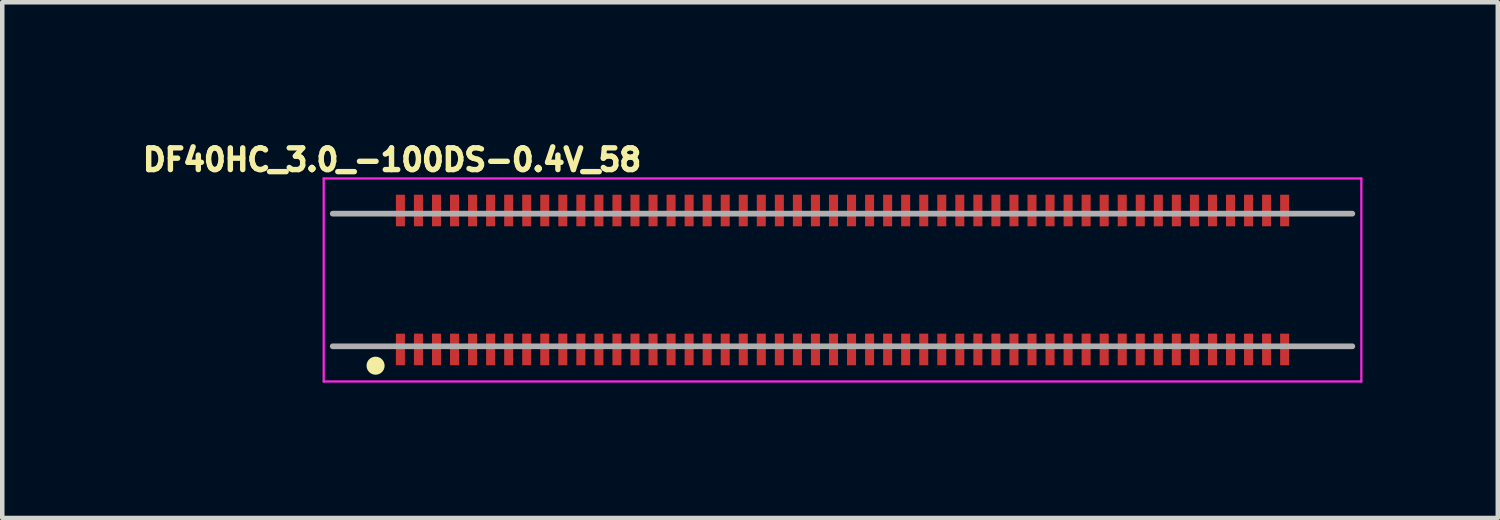
<source format=kicad_pcb>
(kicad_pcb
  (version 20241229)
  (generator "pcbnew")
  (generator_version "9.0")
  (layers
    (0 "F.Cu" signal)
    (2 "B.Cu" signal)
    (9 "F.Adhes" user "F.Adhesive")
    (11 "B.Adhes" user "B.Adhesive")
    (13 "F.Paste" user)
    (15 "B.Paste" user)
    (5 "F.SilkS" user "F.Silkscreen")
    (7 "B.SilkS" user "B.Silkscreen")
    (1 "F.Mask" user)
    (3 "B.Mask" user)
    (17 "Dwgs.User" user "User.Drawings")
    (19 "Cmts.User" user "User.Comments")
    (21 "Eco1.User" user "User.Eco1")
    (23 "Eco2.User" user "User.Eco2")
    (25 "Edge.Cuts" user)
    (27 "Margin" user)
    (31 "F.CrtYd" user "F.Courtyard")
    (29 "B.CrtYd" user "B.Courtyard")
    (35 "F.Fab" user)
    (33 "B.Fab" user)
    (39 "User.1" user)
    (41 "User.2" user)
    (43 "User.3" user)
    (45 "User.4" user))
  (footprint "DF40HC_3.0_-100DS-0.4V_58"
    (layer "F.Cu")
    (at 15.625 3.156)
    (property "Reference" "DF40HC_3.0_-100DS-0.4V_58" (at -9.985 -2.664 0) (layer "F.SilkS") (effects (font (size 0.481 0.481) (thickness 0.15))))
    (attr smd)
    (fp_circle (center -10.35 1.9) (end -10.25 1.9) (stroke (width 0.2) (type solid)) (fill no) (layer "F.SilkS"))
    (fp_line (start -11.5 -2.25) (end 11.5 -2.25) (stroke (width 0.05) (type solid)) (layer "F.CrtYd"))
    (fp_line (start -11.5 2.25) (end -11.5 -2.25) (stroke (width 0.05) (type solid)) (layer "F.CrtYd"))
    (fp_line (start 11.5 -2.25) (end 11.5 2.25) (stroke (width 0.05) (type solid)) (layer "F.CrtYd"))
    (fp_line (start 11.5 2.25) (end -11.5 2.25) (stroke (width 0.05) (type solid)) (layer "F.CrtYd"))
    (fp_line (start -11.3 -1.47) (end 11.3 -1.47) (stroke (width 0.127) (type solid)) (layer "F.Fab"))
    (fp_line (start 11.3 1.47) (end -11.3 1.47) (stroke (width 0.127) (type solid)) (layer "F.Fab"))
    (pad "1" smd rect (at -9.8 1.54) (size 0.2 0.7) (layers "F.Cu" "F.Mask" "F.Paste"))
    (pad "2" smd rect (at -9.8 -1.54) (size 0.2 0.7) (layers "F.Cu" "F.Mask" "F.Paste"))
    (pad "3" smd rect (at -9.4 1.54) (size 0.2 0.7) (layers "F.Cu" "F.Mask" "F.Paste"))
    (pad "4" smd rect (at -9.4 -1.54) (size 0.2 0.7) (layers "F.Cu" "F.Mask" "F.Paste"))
    (pad "5" smd rect (at -9 1.54) (size 0.2 0.7) (layers "F.Cu" "F.Mask" "F.Paste"))
    (pad "6" smd rect (at -9 -1.54) (size 0.2 0.7) (layers "F.Cu" "F.Mask" "F.Paste"))
    (pad "7" smd rect (at -8.6 1.54) (size 0.2 0.7) (layers "F.Cu" "F.Mask" "F.Paste"))
    (pad "8" smd rect (at -8.6 -1.54) (size 0.2 0.7) (layers "F.Cu" "F.Mask" "F.Paste"))
    (pad "9" smd rect (at -8.2 1.54) (size 0.2 0.7) (layers "F.Cu" "F.Mask" "F.Paste"))
    (pad "10" smd rect (at -8.2 -1.54) (size 0.2 0.7) (layers "F.Cu" "F.Mask" "F.Paste"))
    (pad "11" smd rect (at -7.8 1.54) (size 0.2 0.7) (layers "F.Cu" "F.Mask" "F.Paste"))
    (pad "12" smd rect (at -7.8 -1.54) (size 0.2 0.7) (layers "F.Cu" "F.Mask" "F.Paste"))
    (pad "13" smd rect (at -7.4 1.54) (size 0.2 0.7) (layers "F.Cu" "F.Mask" "F.Paste"))
    (pad "14" smd rect (at -7.4 -1.54) (size 0.2 0.7) (layers "F.Cu" "F.Mask" "F.Paste"))
    (pad "15" smd rect (at -7 1.54) (size 0.2 0.7) (layers "F.Cu" "F.Mask" "F.Paste"))
    (pad "16" smd rect (at -7 -1.54) (size 0.2 0.7) (layers "F.Cu" "F.Mask" "F.Paste"))
    (pad "17" smd rect (at -6.6 1.54) (size 0.2 0.7) (layers "F.Cu" "F.Mask" "F.Paste"))
    (pad "18" smd rect (at -6.6 -1.54) (size 0.2 0.7) (layers "F.Cu" "F.Mask" "F.Paste"))
    (pad "19" smd rect (at -6.2 1.54) (size 0.2 0.7) (layers "F.Cu" "F.Mask" "F.Paste"))
    (pad "20" smd rect (at -6.2 -1.54) (size 0.2 0.7) (layers "F.Cu" "F.Mask" "F.Paste"))
    (pad "21" smd rect (at -5.8 1.54) (size 0.2 0.7) (layers "F.Cu" "F.Mask" "F.Paste"))
    (pad "22" smd rect (at -5.8 -1.54) (size 0.2 0.7) (layers "F.Cu" "F.Mask" "F.Paste"))
    (pad "23" smd rect (at -5.4 1.54) (size 0.2 0.7) (layers "F.Cu" "F.Mask" "F.Paste"))
    (pad "24" smd rect (at -5.4 -1.54) (size 0.2 0.7) (layers "F.Cu" "F.Mask" "F.Paste"))
    (pad "25" smd rect (at -5 1.54) (size 0.2 0.7) (layers "F.Cu" "F.Mask" "F.Paste"))
    (pad "26" smd rect (at -5 -1.54) (size 0.2 0.7) (layers "F.Cu" "F.Mask" "F.Paste"))
    (pad "27" smd rect (at -4.6 1.54) (size 0.2 0.7) (layers "F.Cu" "F.Mask" "F.Paste"))
    (pad "28" smd rect (at -4.6 -1.54) (size 0.2 0.7) (layers "F.Cu" "F.Mask" "F.Paste"))
    (pad "29" smd rect (at -4.2 1.54) (size 0.2 0.7) (layers "F.Cu" "F.Mask" "F.Paste"))
    (pad "30" smd rect (at -4.2 -1.54) (size 0.2 0.7) (layers "F.Cu" "F.Mask" "F.Paste"))
    (pad "31" smd rect (at -3.8 1.54) (size 0.2 0.7) (layers "F.Cu" "F.Mask" "F.Paste"))
    (pad "32" smd rect (at -3.8 -1.54) (size 0.2 0.7) (layers "F.Cu" "F.Mask" "F.Paste"))
    (pad "33" smd rect (at -3.4 1.54) (size 0.2 0.7) (layers "F.Cu" "F.Mask" "F.Paste"))
    (pad "34" smd rect (at -3.4 -1.54) (size 0.2 0.7) (layers "F.Cu" "F.Mask" "F.Paste"))
    (pad "35" smd rect (at -3 1.54) (size 0.2 0.7) (layers "F.Cu" "F.Mask" "F.Paste"))
    (pad "36" smd rect (at -3 -1.54) (size 0.2 0.7) (layers "F.Cu" "F.Mask" "F.Paste"))
    (pad "37" smd rect (at -2.6 1.54) (size 0.2 0.7) (layers "F.Cu" "F.Mask" "F.Paste"))
    (pad "38" smd rect (at -2.6 -1.54) (size 0.2 0.7) (layers "F.Cu" "F.Mask" "F.Paste"))
    (pad "39" smd rect (at -2.2 1.54) (size 0.2 0.7) (layers "F.Cu" "F.Mask" "F.Paste"))
    (pad "40" smd rect (at -2.2 -1.54) (size 0.2 0.7) (layers "F.Cu" "F.Mask" "F.Paste"))
    (pad "41" smd rect (at -1.8 1.54) (size 0.2 0.7) (layers "F.Cu" "F.Mask" "F.Paste"))
    (pad "42" smd rect (at -1.8 -1.54) (size 0.2 0.7) (layers "F.Cu" "F.Mask" "F.Paste"))
    (pad "43" smd rect (at -1.4 1.54) (size 0.2 0.7) (layers "F.Cu" "F.Mask" "F.Paste"))
    (pad "44" smd rect (at -1.4 -1.54) (size 0.2 0.7) (layers "F.Cu" "F.Mask" "F.Paste"))
    (pad "45" smd rect (at -1 1.54) (size 0.2 0.7) (layers "F.Cu" "F.Mask" "F.Paste"))
    (pad "46" smd rect (at -1 -1.54) (size 0.2 0.7) (layers "F.Cu" "F.Mask" "F.Paste"))
    (pad "47" smd rect (at -0.6 1.54) (size 0.2 0.7) (layers "F.Cu" "F.Mask" "F.Paste"))
    (pad "48" smd rect (at -0.6 -1.54) (size 0.2 0.7) (layers "F.Cu" "F.Mask" "F.Paste"))
    (pad "49" smd rect (at -0.2 1.54) (size 0.2 0.7) (layers "F.Cu" "F.Mask" "F.Paste"))
    (pad "50" smd rect (at -0.2 -1.54) (size 0.2 0.7) (layers "F.Cu" "F.Mask" "F.Paste"))
    (pad "51" smd rect (at 0.2 1.54) (size 0.2 0.7) (layers "F.Cu" "F.Mask" "F.Paste"))
    (pad "52" smd rect (at 0.2 -1.54) (size 0.2 0.7) (layers "F.Cu" "F.Mask" "F.Paste"))
    (pad "53" smd rect (at 0.6 1.54) (size 0.2 0.7) (layers "F.Cu" "F.Mask" "F.Paste"))
    (pad "54" smd rect (at 0.6 -1.54) (size 0.2 0.7) (layers "F.Cu" "F.Mask" "F.Paste"))
    (pad "55" smd rect (at 1 1.54) (size 0.2 0.7) (layers "F.Cu" "F.Mask" "F.Paste"))
    (pad "56" smd rect (at 1 -1.54) (size 0.2 0.7) (layers "F.Cu" "F.Mask" "F.Paste"))
    (pad "57" smd rect (at 1.4 1.54) (size 0.2 0.7) (layers "F.Cu" "F.Mask" "F.Paste"))
    (pad "58" smd rect (at 1.4 -1.54) (size 0.2 0.7) (layers "F.Cu" "F.Mask" "F.Paste"))
    (pad "59" smd rect (at 1.8 1.54) (size 0.2 0.7) (layers "F.Cu" "F.Mask" "F.Paste"))
    (pad "60" smd rect (at 1.8 -1.54) (size 0.2 0.7) (layers "F.Cu" "F.Mask" "F.Paste"))
    (pad "61" smd rect (at 2.2 1.54) (size 0.2 0.7) (layers "F.Cu" "F.Mask" "F.Paste"))
    (pad "62" smd rect (at 2.2 -1.54) (size 0.2 0.7) (layers "F.Cu" "F.Mask" "F.Paste"))
    (pad "63" smd rect (at 2.6 1.54) (size 0.2 0.7) (layers "F.Cu" "F.Mask" "F.Paste"))
    (pad "64" smd rect (at 2.6 -1.54) (size 0.2 0.7) (layers "F.Cu" "F.Mask" "F.Paste"))
    (pad "65" smd rect (at 3 1.54) (size 0.2 0.7) (layers "F.Cu" "F.Mask" "F.Paste"))
    (pad "66" smd rect (at 3 -1.54) (size 0.2 0.7) (layers "F.Cu" "F.Mask" "F.Paste"))
    (pad "67" smd rect (at 3.4 1.54) (size 0.2 0.7) (layers "F.Cu" "F.Mask" "F.Paste"))
    (pad "68" smd rect (at 3.4 -1.54) (size 0.2 0.7) (layers "F.Cu" "F.Mask" "F.Paste"))
    (pad "69" smd rect (at 3.8 1.54) (size 0.2 0.7) (layers "F.Cu" "F.Mask" "F.Paste"))
    (pad "70" smd rect (at 3.8 -1.54) (size 0.2 0.7) (layers "F.Cu" "F.Mask" "F.Paste"))
    (pad "71" smd rect (at 4.2 1.54) (size 0.2 0.7) (layers "F.Cu" "F.Mask" "F.Paste"))
    (pad "72" smd rect (at 4.2 -1.54) (size 0.2 0.7) (layers "F.Cu" "F.Mask" "F.Paste"))
    (pad "73" smd rect (at 4.6 1.54) (size 0.2 0.7) (layers "F.Cu" "F.Mask" "F.Paste"))
    (pad "74" smd rect (at 4.6 -1.54) (size 0.2 0.7) (layers "F.Cu" "F.Mask" "F.Paste"))
    (pad "75" smd rect (at 5 1.54) (size 0.2 0.7) (layers "F.Cu" "F.Mask" "F.Paste"))
    (pad "76" smd rect (at 5 -1.54) (size 0.2 0.7) (layers "F.Cu" "F.Mask" "F.Paste"))
    (pad "77" smd rect (at 5.4 1.54) (size 0.2 0.7) (layers "F.Cu" "F.Mask" "F.Paste"))
    (pad "78" smd rect (at 5.4 -1.54) (size 0.2 0.7) (layers "F.Cu" "F.Mask" "F.Paste"))
    (pad "79" smd rect (at 5.8 1.54) (size 0.2 0.7) (layers "F.Cu" "F.Mask" "F.Paste"))
    (pad "80" smd rect (at 5.8 -1.54) (size 0.2 0.7) (layers "F.Cu" "F.Mask" "F.Paste"))
    (pad "81" smd rect (at 6.2 1.54) (size 0.2 0.7) (layers "F.Cu" "F.Mask" "F.Paste"))
    (pad "82" smd rect (at 6.2 -1.54) (size 0.2 0.7) (layers "F.Cu" "F.Mask" "F.Paste"))
    (pad "83" smd rect (at 6.6 1.54) (size 0.2 0.7) (layers "F.Cu" "F.Mask" "F.Paste"))
    (pad "84" smd rect (at 6.6 -1.54) (size 0.2 0.7) (layers "F.Cu" "F.Mask" "F.Paste"))
    (pad "85" smd rect (at 7 1.54) (size 0.2 0.7) (layers "F.Cu" "F.Mask" "F.Paste"))
    (pad "86" smd rect (at 7 -1.54) (size 0.2 0.7) (layers "F.Cu" "F.Mask" "F.Paste"))
    (pad "87" smd rect (at 7.4 1.54) (size 0.2 0.7) (layers "F.Cu" "F.Mask" "F.Paste"))
    (pad "88" smd rect (at 7.4 -1.54) (size 0.2 0.7) (layers "F.Cu" "F.Mask" "F.Paste"))
    (pad "89" smd rect (at 7.8 1.54) (size 0.2 0.7) (layers "F.Cu" "F.Mask" "F.Paste"))
    (pad "90" smd rect (at 7.8 -1.54) (size 0.2 0.7) (layers "F.Cu" "F.Mask" "F.Paste"))
    (pad "91" smd rect (at 8.2 1.54) (size 0.2 0.7) (layers "F.Cu" "F.Mask" "F.Paste"))
    (pad "92" smd rect (at 8.2 -1.54) (size 0.2 0.7) (layers "F.Cu" "F.Mask" "F.Paste"))
    (pad "93" smd rect (at 8.6 1.54) (size 0.2 0.7) (layers "F.Cu" "F.Mask" "F.Paste"))
    (pad "94" smd rect (at 8.6 -1.54) (size 0.2 0.7) (layers "F.Cu" "F.Mask" "F.Paste"))
    (pad "95" smd rect (at 9 1.54) (size 0.2 0.7) (layers "F.Cu" "F.Mask" "F.Paste"))
    (pad "96" smd rect (at 9 -1.54) (size 0.2 0.7) (layers "F.Cu" "F.Mask" "F.Paste"))
    (pad "97" smd rect (at 9.4 1.54) (size 0.2 0.7) (layers "F.Cu" "F.Mask" "F.Paste"))
    (pad "98" smd rect (at 9.4 -1.54) (size 0.2 0.7) (layers "F.Cu" "F.Mask" "F.Paste"))
    (pad "99" smd rect (at 9.8 1.54) (size 0.2 0.7) (layers "F.Cu" "F.Mask" "F.Paste"))
    (pad "100" smd rect (at 9.8 -1.54) (size 0.2 0.7) (layers "F.Cu" "F.Mask" "F.Paste"))
    (zone (net_name "") (layer "F.Cu") (hatch full 0.508) (connect_pads) (min_thickness 0.01) (filled_areas_thickness no) (keepout (tracks not_allowed) (vias not_allowed) (pads not_allowed) (copperpour not_allowed) (footprints allowed)) (placement (enabled no)) (fill) (polygon (pts (xy 5.695 1.966) (xy 5.925 1.966) (xy 5.925 2.695) (xy 5.695 2.695))))
    (zone (net_name "") (layer "F.Cu") (hatch full 0.508) (connect_pads) (min_thickness 0.01) (filled_areas_thickness no) (keepout (tracks not_allowed) (vias not_allowed) (pads not_allowed) (copperpour not_allowed) (footprints allowed)) (placement (enabled no)) (fill) (polygon (pts (xy 5.718 3.616) (xy 5.925 3.616) (xy 5.925 4.347) (xy 5.718 4.347))))
    (zone (net_name "") (layer "F.Cu") (hatch full 0.508) (connect_pads) (min_thickness 0.01) (filled_areas_thickness no) (keepout (tracks not_allowed) (vias not_allowed) (pads not_allowed) (copperpour not_allowed) (footprints allowed)) (placement (enabled no)) (fill) (polygon (pts (xy 6.094 1.966) (xy 6.325 1.966) (xy 6.325 2.695) (xy 6.094 2.695))))
    (zone (net_name "") (layer "F.Cu") (hatch full 0.508) (connect_pads) (min_thickness 0.01) (filled_areas_thickness no) (keepout (tracks not_allowed) (vias not_allowed) (pads not_allowed) (copperpour not_allowed) (footprints allowed)) (placement (enabled no)) (fill) (polygon (pts (xy 6.115 3.616) (xy 6.325 3.616) (xy 6.325 4.348) (xy 6.115 4.348))))
    (zone (net_name "") (layer "F.Cu") (hatch full 0.508) (connect_pads) (min_thickness 0.01) (filled_areas_thickness no) (keepout (tracks not_allowed) (vias not_allowed) (pads not_allowed) (copperpour not_allowed) (footprints allowed)) (placement (enabled no)) (fill) (polygon (pts (xy 6.506 1.966) (xy 6.725 1.966) (xy 6.725 2.696) (xy 6.506 2.696))))
    (zone (net_name "") (layer "F.Cu") (hatch full 0.508) (connect_pads) (min_thickness 0.01) (filled_areas_thickness no) (keepout (tracks not_allowed) (vias not_allowed) (pads not_allowed) (copperpour not_allowed) (footprints allowed)) (placement (enabled no)) (fill) (polygon (pts (xy 6.523 3.616) (xy 6.725 3.616) (xy 6.725 4.347) (xy 6.523 4.347))))
    (zone (net_name "") (layer "F.Cu") (hatch full 0.508) (connect_pads) (min_thickness 0.01) (filled_areas_thickness no) (keepout (tracks not_allowed) (vias not_allowed) (pads not_allowed) (copperpour not_allowed) (footprints allowed)) (placement (enabled no)) (fill) (polygon (pts (xy 6.906 3.616) (xy 7.125 3.616) (xy 7.125 4.349) (xy 6.906 4.349))))
    (zone (net_name "") (layer "F.Cu") (hatch full 0.508) (connect_pads) (min_thickness 0.01) (filled_areas_thickness no) (keepout (tracks not_allowed) (vias not_allowed) (pads not_allowed) (copperpour not_allowed) (footprints allowed)) (placement (enabled no)) (fill) (polygon (pts (xy 6.906 1.966) (xy 7.125 1.966) (xy 7.125 2.695) (xy 6.906 2.695))))
    (zone (net_name "") (layer "F.Cu") (hatch full 0.508) (connect_pads) (min_thickness 0.01) (filled_areas_thickness no) (keepout (tracks not_allowed) (vias not_allowed) (pads not_allowed) (copperpour not_allowed) (footprints allowed)) (placement (enabled no)) (fill) (polygon (pts (xy 7.307 3.616) (xy 7.525 3.616) (xy 7.525 4.349) (xy 7.307 4.349))))
    (zone (net_name "") (layer "F.Cu") (hatch full 0.508) (connect_pads) (min_thickness 0.01) (filled_areas_thickness no) (keepout (tracks not_allowed) (vias not_allowed) (pads not_allowed) (copperpour not_allowed) (footprints allowed)) (placement (enabled no)) (fill) (polygon (pts (xy 7.311 1.966) (xy 7.525 1.966) (xy 7.525 2.696) (xy 7.311 2.696))))
    (zone (net_name "") (layer "F.Cu") (hatch full 0.508) (connect_pads) (min_thickness 0.01) (filled_areas_thickness no) (keepout (tracks not_allowed) (vias not_allowed) (pads not_allowed) (copperpour not_allowed) (footprints allowed)) (placement (enabled no)) (fill) (polygon (pts (xy 7.703 3.616) (xy 7.925 3.616) (xy 7.925 4.35) (xy 7.703 4.35))))
    (zone (net_name "") (layer "F.Cu") (hatch full 0.508) (connect_pads) (min_thickness 0.01) (filled_areas_thickness no) (keepout (tracks not_allowed) (vias not_allowed) (pads not_allowed) (copperpour not_allowed) (footprints allowed)) (placement (enabled no)) (fill) (polygon (pts (xy 7.716 1.966) (xy 7.925 1.966) (xy 7.925 2.696) (xy 7.716 2.696))))
    (zone (net_name "") (layer "F.Cu") (hatch full 0.508) (connect_pads) (min_thickness 0.01) (filled_areas_thickness no) (keepout (tracks not_allowed) (vias not_allowed) (pads not_allowed) (copperpour not_allowed) (footprints allowed)) (placement (enabled no)) (fill) (polygon (pts (xy 8.11 3.616) (xy 8.325 3.616) (xy 8.325 4.349) (xy 8.11 4.349))))
    (zone (net_name "") (layer "F.Cu") (hatch full 0.508) (connect_pads) (min_thickness 0.01) (filled_areas_thickness no) (keepout (tracks not_allowed) (vias not_allowed) (pads not_allowed) (copperpour not_allowed) (footprints allowed)) (placement (enabled no)) (fill) (polygon (pts (xy 8.116 1.966) (xy 8.325 1.966) (xy 8.325 2.696) (xy 8.116 2.696))))
    (zone (net_name "") (layer "F.Cu") (hatch full 0.508) (connect_pads) (min_thickness 0.01) (filled_areas_thickness no) (keepout (tracks not_allowed) (vias not_allowed) (pads not_allowed) (copperpour not_allowed) (footprints allowed)) (placement (enabled no)) (fill) (polygon (pts (xy 8.507 3.616) (xy 8.725 3.616) (xy 8.725 4.349) (xy 8.507 4.349))))
    (zone (net_name "") (layer "F.Cu") (hatch full 0.508) (connect_pads) (min_thickness 0.01) (filled_areas_thickness no) (keepout (tracks not_allowed) (vias not_allowed) (pads not_allowed) (copperpour not_allowed) (footprints allowed)) (placement (enabled no)) (fill) (polygon (pts (xy 8.514 1.966) (xy 8.725 1.966) (xy 8.725 2.696) (xy 8.514 2.696))))
    (zone (net_name "") (layer "F.Cu") (hatch full 0.508) (connect_pads) (min_thickness 0.01) (filled_areas_thickness no) (keepout (tracks not_allowed) (vias not_allowed) (pads not_allowed) (copperpour not_allowed) (footprints allowed)) (placement (enabled no)) (fill) (polygon (pts (xy 8.904 1.966) (xy 9.125 1.966) (xy 9.125 2.695) (xy 8.904 2.695))))
    (zone (net_name "") (layer "F.Cu") (hatch full 0.508) (connect_pads) (min_thickness 0.01) (filled_areas_thickness no) (keepout (tracks not_allowed) (vias not_allowed) (pads not_allowed) (copperpour not_allowed) (footprints allowed)) (placement (enabled no)) (fill) (polygon (pts (xy 8.907 3.616) (xy 9.125 3.616) (xy 9.125 4.35) (xy 8.907 4.35))))
    (zone (net_name "") (layer "F.Cu") (hatch full 0.508) (connect_pads) (min_thickness 0.01) (filled_areas_thickness no) (keepout (tracks not_allowed) (vias not_allowed) (pads not_allowed) (copperpour not_allowed) (footprints allowed)) (placement (enabled no)) (fill) (polygon (pts (xy 9.308 1.966) (xy 9.525 1.966) (xy 9.525 2.695) (xy 9.308 2.695))))
    (zone (net_name "") (layer "F.Cu") (hatch full 0.508) (connect_pads) (min_thickness 0.01) (filled_areas_thickness no) (keepout (tracks not_allowed) (vias not_allowed) (pads not_allowed) (copperpour not_allowed) (footprints allowed)) (placement (enabled no)) (fill) (polygon (pts (xy 9.315 3.616) (xy 9.525 3.616) (xy 9.525 4.348) (xy 9.315 4.348))))
    (zone (net_name "") (layer "F.Cu") (hatch full 0.508) (connect_pads) (min_thickness 0.01) (filled_areas_thickness no) (keepout (tracks not_allowed) (vias not_allowed) (pads not_allowed) (copperpour not_allowed) (footprints allowed)) (placement (enabled no)) (fill) (polygon (pts (xy 9.71 1.966) (xy 9.925 1.966) (xy 9.925 2.695) (xy 9.71 2.695))))
    (zone (net_name "") (layer "F.Cu") (hatch full 0.508) (connect_pads) (min_thickness 0.01) (filled_areas_thickness no) (keepout (tracks not_allowed) (vias not_allowed) (pads not_allowed) (copperpour not_allowed) (footprints allowed)) (placement (enabled no)) (fill) (polygon (pts (xy 9.711 3.616) (xy 9.925 3.616) (xy 9.925 4.349) (xy 9.711 4.349))))
    (zone (net_name "") (layer "F.Cu") (hatch full 0.508) (connect_pads) (min_thickness 0.01) (filled_areas_thickness no) (keepout (tracks not_allowed) (vias not_allowed) (pads not_allowed) (copperpour not_allowed) (footprints allowed)) (placement (enabled no)) (fill) (polygon (pts (xy 10.104 3.616) (xy 10.325 3.616) (xy 10.325 4.351) (xy 10.104 4.351))))
    (zone (net_name "") (layer "F.Cu") (hatch full 0.508) (connect_pads) (min_thickness 0.01) (filled_areas_thickness no) (keepout (tracks not_allowed) (vias not_allowed) (pads not_allowed) (copperpour not_allowed) (footprints allowed)) (placement (enabled no)) (fill) (polygon (pts (xy 10.108 1.966) (xy 10.325 1.966) (xy 10.325 2.695) (xy 10.108 2.695))))
    (zone (net_name "") (layer "F.Cu") (hatch full 0.508) (connect_pads) (min_thickness 0.01) (filled_areas_thickness no) (keepout (tracks not_allowed) (vias not_allowed) (pads not_allowed) (copperpour not_allowed) (footprints allowed)) (placement (enabled no)) (fill) (polygon (pts (xy 10.51 1.966) (xy 10.725 1.966) (xy 10.725 2.695) (xy 10.51 2.695))))
    (zone (net_name "") (layer "F.Cu") (hatch full 0.508) (connect_pads) (min_thickness 0.01) (filled_areas_thickness no) (keepout (tracks not_allowed) (vias not_allowed) (pads not_allowed) (copperpour not_allowed) (footprints allowed)) (placement (enabled no)) (fill) (polygon (pts (xy 10.514 3.616) (xy 10.725 3.616) (xy 10.725 4.349) (xy 10.514 4.349))))
    (zone (net_name "") (layer "F.Cu") (hatch full 0.508) (connect_pads) (min_thickness 0.01) (filled_areas_thickness no) (keepout (tracks not_allowed) (vias not_allowed) (pads not_allowed) (copperpour not_allowed) (footprints allowed)) (placement (enabled no)) (fill) (polygon (pts (xy 10.915 3.616) (xy 11.125 3.616) (xy 11.125 4.349) (xy 10.915 4.349))))
    (zone (net_name "") (layer "F.Cu") (hatch full 0.508) (connect_pads) (min_thickness 0.01) (filled_areas_thickness no) (keepout (tracks not_allowed) (vias not_allowed) (pads not_allowed) (copperpour not_allowed) (footprints allowed)) (placement (enabled no)) (fill) (polygon (pts (xy 10.916 1.966) (xy 11.125 1.966) (xy 11.125 2.696) (xy 10.916 2.696))))
    (zone (net_name "") (layer "F.Cu") (hatch full 0.508) (connect_pads) (min_thickness 0.01) (filled_areas_thickness no) (keepout (tracks not_allowed) (vias not_allowed) (pads not_allowed) (copperpour not_allowed) (footprints allowed)) (placement (enabled no)) (fill) (polygon (pts (xy 11.319 1.966) (xy 11.525 1.966) (xy 11.525 2.696) (xy 11.319 2.696))))
    (zone (net_name "") (layer "F.Cu") (hatch full 0.508) (connect_pads) (min_thickness 0.01) (filled_areas_thickness no) (keepout (tracks not_allowed) (vias not_allowed) (pads not_allowed) (copperpour not_allowed) (footprints allowed)) (placement (enabled no)) (fill) (polygon (pts (xy 11.321 3.616) (xy 11.525 3.616) (xy 11.525 4.347) (xy 11.321 4.347))))
    (zone (net_name "") (layer "F.Cu") (hatch full 0.508) (connect_pads) (min_thickness 0.01) (filled_areas_thickness no) (keepout (tracks not_allowed) (vias not_allowed) (pads not_allowed) (copperpour not_allowed) (footprints allowed)) (placement (enabled no)) (fill) (polygon (pts (xy 11.714 3.616) (xy 11.925 3.616) (xy 11.925 4.35) (xy 11.714 4.35))))
    (zone (net_name "") (layer "F.Cu") (hatch full 0.508) (connect_pads) (min_thickness 0.01) (filled_areas_thickness no) (keepout (tracks not_allowed) (vias not_allowed) (pads not_allowed) (copperpour not_allowed) (footprints allowed)) (placement (enabled no)) (fill) (polygon (pts (xy 11.719 1.966) (xy 11.925 1.966) (xy 11.925 2.696) (xy 11.719 2.696))))
    (zone (net_name "") (layer "F.Cu") (hatch full 0.508) (connect_pads) (min_thickness 0.01) (filled_areas_thickness no) (keepout (tracks not_allowed) (vias not_allowed) (pads not_allowed) (copperpour not_allowed) (footprints allowed)) (placement (enabled no)) (fill) (polygon (pts (xy 12.113 3.616) (xy 12.325 3.616) (xy 12.325 4.351) (xy 12.113 4.351))))
    (zone (net_name "") (layer "F.Cu") (hatch full 0.508) (connect_pads) (min_thickness 0.01) (filled_areas_thickness no) (keepout (tracks not_allowed) (vias not_allowed) (pads not_allowed) (copperpour not_allowed) (footprints allowed)) (placement (enabled no)) (fill) (polygon (pts (xy 12.124 1.966) (xy 12.325 1.966) (xy 12.325 2.696) (xy 12.124 2.696))))
    (zone (net_name "") (layer "F.Cu") (hatch full 0.508) (connect_pads) (min_thickness 0.01) (filled_areas_thickness no) (keepout (tracks not_allowed) (vias not_allowed) (pads not_allowed) (copperpour not_allowed) (footprints allowed)) (placement (enabled no)) (fill) (polygon (pts (xy 12.514 1.966) (xy 12.725 1.966) (xy 12.725 2.695) (xy 12.514 2.695))))
    (zone (net_name "") (layer "F.Cu") (hatch full 0.508) (connect_pads) (min_thickness 0.01) (filled_areas_thickness no) (keepout (tracks not_allowed) (vias not_allowed) (pads not_allowed) (copperpour not_allowed) (footprints allowed)) (placement (enabled no)) (fill) (polygon (pts (xy 12.522 3.616) (xy 12.725 3.616) (xy 12.725 4.347) (xy 12.522 4.347))))
    (zone (net_name "") (layer "F.Cu") (hatch full 0.508) (connect_pads) (min_thickness 0.01) (filled_areas_thickness no) (keepout (tracks not_allowed) (vias not_allowed) (pads not_allowed) (copperpour not_allowed) (footprints allowed)) (placement (enabled no)) (fill) (polygon (pts (xy 12.915 3.616) (xy 13.125 3.616) (xy 13.125 4.351) (xy 12.915 4.351))))
    (zone (net_name "") (layer "F.Cu") (hatch full 0.508) (connect_pads) (min_thickness 0.01) (filled_areas_thickness no) (keepout (tracks not_allowed) (vias not_allowed) (pads not_allowed) (copperpour not_allowed) (footprints allowed)) (placement (enabled no)) (fill) (polygon (pts (xy 12.916 1.966) (xy 13.125 1.966) (xy 13.125 2.695) (xy 12.916 2.695))))
    (zone (net_name "") (layer "F.Cu") (hatch full 0.508) (connect_pads) (min_thickness 0.01) (filled_areas_thickness no) (keepout (tracks not_allowed) (vias not_allowed) (pads not_allowed) (copperpour not_allowed) (footprints allowed)) (placement (enabled no)) (fill) (polygon (pts (xy 13.319 1.966) (xy 13.525 1.966) (xy 13.525 2.695) (xy 13.319 2.695))))
    (zone (net_name "") (layer "F.Cu") (hatch full 0.508) (connect_pads) (min_thickness 0.01) (filled_areas_thickness no) (keepout (tracks not_allowed) (vias not_allowed) (pads not_allowed) (copperpour not_allowed) (footprints allowed)) (placement (enabled no)) (fill) (polygon (pts (xy 13.322 3.616) (xy 13.525 3.616) (xy 13.525 4.348) (xy 13.322 4.348))))
    (zone (net_name "") (layer "F.Cu") (hatch full 0.508) (connect_pads) (min_thickness 0.01) (filled_areas_thickness no) (keepout (tracks not_allowed) (vias not_allowed) (pads not_allowed) (copperpour not_allowed) (footprints allowed)) (placement (enabled no)) (fill) (polygon (pts (xy 13.719 3.616) (xy 13.925 3.616) (xy 13.925 4.35) (xy 13.719 4.35))))
    (zone (net_name "") (layer "F.Cu") (hatch full 0.508) (connect_pads) (min_thickness 0.01) (filled_areas_thickness no) (keepout (tracks not_allowed) (vias not_allowed) (pads not_allowed) (copperpour not_allowed) (footprints allowed)) (placement (enabled no)) (fill) (polygon (pts (xy 13.722 1.966) (xy 13.925 1.966) (xy 13.925 2.696) (xy 13.722 2.696))))
    (zone (net_name "") (layer "F.Cu") (hatch full 0.508) (connect_pads) (min_thickness 0.01) (filled_areas_thickness no) (keepout (tracks not_allowed) (vias not_allowed) (pads not_allowed) (copperpour not_allowed) (footprints allowed)) (placement (enabled no)) (fill) (polygon (pts (xy 14.121 1.966) (xy 14.325 1.966) (xy 14.325 2.695) (xy 14.121 2.695))))
    (zone (net_name "") (layer "F.Cu") (hatch full 0.508) (connect_pads) (min_thickness 0.01) (filled_areas_thickness no) (keepout (tracks not_allowed) (vias not_allowed) (pads not_allowed) (copperpour not_allowed) (footprints allowed)) (placement (enabled no)) (fill) (polygon (pts (xy 14.123 3.616) (xy 14.325 3.616) (xy 14.325 4.348) (xy 14.123 4.348))))
    (zone (net_name "") (layer "F.Cu") (hatch full 0.508) (connect_pads) (min_thickness 0.01) (filled_areas_thickness no) (keepout (tracks not_allowed) (vias not_allowed) (pads not_allowed) (copperpour not_allowed) (footprints allowed)) (placement (enabled no)) (fill) (polygon (pts (xy 14.523 3.616) (xy 14.725 3.616) (xy 14.725 4.349) (xy 14.523 4.349))))
    (zone (net_name "") (layer "F.Cu") (hatch full 0.508) (connect_pads) (min_thickness 0.01) (filled_areas_thickness no) (keepout (tracks not_allowed) (vias not_allowed) (pads not_allowed) (copperpour not_allowed) (footprints allowed)) (placement (enabled no)) (fill) (polygon (pts (xy 14.523 1.966) (xy 14.725 1.966) (xy 14.725 2.696) (xy 14.523 2.696))))
    (zone (net_name "") (layer "F.Cu") (hatch full 0.508) (connect_pads) (min_thickness 0.01) (filled_areas_thickness no) (keepout (tracks not_allowed) (vias not_allowed) (pads not_allowed) (copperpour not_allowed) (footprints allowed)) (placement (enabled no)) (fill) (polygon (pts (xy 14.924 3.616) (xy 15.125 3.616) (xy 15.125 4.348) (xy 14.924 4.348))))
    (zone (net_name "") (layer "F.Cu") (hatch full 0.508) (connect_pads) (min_thickness 0.01) (filled_areas_thickness no) (keepout (tracks not_allowed) (vias not_allowed) (pads not_allowed) (copperpour not_allowed) (footprints allowed)) (placement (enabled no)) (fill) (polygon (pts (xy 14.924 1.966) (xy 15.125 1.966) (xy 15.125 2.696) (xy 14.924 2.696))))
    (zone (net_name "") (layer "F.Cu") (hatch full 0.508) (connect_pads) (min_thickness 0.01) (filled_areas_thickness no) (keepout (tracks not_allowed) (vias not_allowed) (pads not_allowed) (copperpour not_allowed) (footprints allowed)) (placement (enabled no)) (fill) (polygon (pts (xy 15.324 1.966) (xy 15.525 1.966) (xy 15.525 2.695) (xy 15.324 2.695))))
    (zone (net_name "") (layer "F.Cu") (hatch full 0.508) (connect_pads) (min_thickness 0.01) (filled_areas_thickness no) (keepout (tracks not_allowed) (vias not_allowed) (pads not_allowed) (copperpour not_allowed) (footprints allowed)) (placement (enabled no)) (fill) (polygon (pts (xy 15.324 3.616) (xy 15.525 3.616) (xy 15.525 4.349) (xy 15.324 4.349))))
    (zone (net_name "") (layer "F.Cu") (hatch full 0.508) (connect_pads) (min_thickness 0.01) (filled_areas_thickness no) (keepout (tracks not_allowed) (vias not_allowed) (pads not_allowed) (copperpour not_allowed) (footprints allowed)) (placement (enabled no)) (fill) (polygon (pts (xy 15.725 3.616) (xy 15.925 3.616) (xy 15.925 4.349) (xy 15.725 4.349))))
    (zone (net_name "") (layer "F.Cu") (hatch full 0.508) (connect_pads) (min_thickness 0.01) (filled_areas_thickness no) (keepout (tracks not_allowed) (vias not_allowed) (pads not_allowed) (copperpour not_allowed) (footprints allowed)) (placement (enabled no)) (fill) (polygon (pts (xy 15.725 1.966) (xy 15.925 1.966) (xy 15.925 2.695) (xy 15.725 2.695))))
    (zone (net_name "") (layer "F.Cu") (hatch full 0.508) (connect_pads) (min_thickness 0.01) (filled_areas_thickness no) (keepout (tracks not_allowed) (vias not_allowed) (pads not_allowed) (copperpour not_allowed) (footprints allowed)) (placement (enabled no)) (fill) (polygon (pts (xy 16.125 3.616) (xy 16.325 3.616) (xy 16.325 4.347) (xy 16.125 4.347))))
    (zone (net_name "") (layer "F.Cu") (hatch full 0.508) (connect_pads) (min_thickness 0.01) (filled_areas_thickness no) (keepout (tracks not_allowed) (vias not_allowed) (pads not_allowed) (copperpour not_allowed) (footprints allowed)) (placement (enabled no)) (fill) (polygon (pts (xy 16.125 1.966) (xy 16.325 1.966) (xy 16.325 2.696) (xy 16.125 2.696))))
    (zone (net_name "") (layer "F.Cu") (hatch full 0.508) (connect_pads) (min_thickness 0.01) (filled_areas_thickness no) (keepout (tracks not_allowed) (vias not_allowed) (pads not_allowed) (copperpour not_allowed) (footprints allowed)) (placement (enabled no)) (fill) (polygon (pts (xy 16.525 1.966) (xy 16.725 1.966) (xy 16.725 2.696) (xy 16.525 2.696))))
    (zone (net_name "") (layer "F.Cu") (hatch full 0.508) (connect_pads) (min_thickness 0.01) (filled_areas_thickness no) (keepout (tracks not_allowed) (vias not_allowed) (pads not_allowed) (copperpour not_allowed) (footprints allowed)) (placement (enabled no)) (fill) (polygon (pts (xy 16.527 3.616) (xy 16.725 3.616) (xy 16.725 4.349) (xy 16.527 4.349))))
    (zone (net_name "") (layer "F.Cu") (hatch full 0.508) (connect_pads) (min_thickness 0.01) (filled_areas_thickness no) (keepout (tracks not_allowed) (vias not_allowed) (pads not_allowed) (copperpour not_allowed) (footprints allowed)) (placement (enabled no)) (fill) (polygon (pts (xy 16.928 3.616) (xy 17.125 3.616) (xy 17.125 4.349) (xy 16.928 4.349))))
    (zone (net_name "") (layer "F.Cu") (hatch full 0.508) (connect_pads) (min_thickness 0.01) (filled_areas_thickness no) (keepout (tracks not_allowed) (vias not_allowed) (pads not_allowed) (copperpour not_allowed) (footprints allowed)) (placement (enabled no)) (fill) (polygon (pts (xy 16.929 1.966) (xy 17.125 1.966) (xy 17.125 2.695) (xy 16.929 2.695))))
    (zone (net_name "") (layer "F.Cu") (hatch full 0.508) (connect_pads) (min_thickness 0.01) (filled_areas_thickness no) (keepout (tracks not_allowed) (vias not_allowed) (pads not_allowed) (copperpour not_allowed) (footprints allowed)) (placement (enabled no)) (fill) (polygon (pts (xy 17.327 1.966) (xy 17.525 1.966) (xy 17.525 2.696) (xy 17.327 2.696))))
    (zone (net_name "") (layer "F.Cu") (hatch full 0.508) (connect_pads) (min_thickness 0.01) (filled_areas_thickness no) (keepout (tracks not_allowed) (vias not_allowed) (pads not_allowed) (copperpour not_allowed) (footprints allowed)) (placement (enabled no)) (fill) (polygon (pts (xy 17.328 3.616) (xy 17.525 3.616) (xy 17.525 4.349) (xy 17.328 4.349))))
    (zone (net_name "") (layer "F.Cu") (hatch full 0.508) (connect_pads) (min_thickness 0.01) (filled_areas_thickness no) (keepout (tracks not_allowed) (vias not_allowed) (pads not_allowed) (copperpour not_allowed) (footprints allowed)) (placement (enabled no)) (fill) (polygon (pts (xy 17.727 1.966) (xy 17.925 1.966) (xy 17.925 2.696) (xy 17.727 2.696))))
    (zone (net_name "") (layer "F.Cu") (hatch full 0.508) (connect_pads) (min_thickness 0.01) (filled_areas_thickness no) (keepout (tracks not_allowed) (vias not_allowed) (pads not_allowed) (copperpour not_allowed) (footprints allowed)) (placement (enabled no)) (fill) (polygon (pts (xy 17.73 3.616) (xy 17.925 3.616) (xy 17.925 4.349) (xy 17.73 4.349))))
    (zone (net_name "") (layer "F.Cu") (hatch full 0.508) (connect_pads) (min_thickness 0.01) (filled_areas_thickness no) (keepout (tracks not_allowed) (vias not_allowed) (pads not_allowed) (copperpour not_allowed) (footprints allowed)) (placement (enabled no)) (fill) (polygon (pts (xy 18.126 3.616) (xy 18.325 3.616) (xy 18.325 4.347) (xy 18.126 4.347))))
    (zone (net_name "") (layer "F.Cu") (hatch full 0.508) (connect_pads) (min_thickness 0.01) (filled_areas_thickness no) (keepout (tracks not_allowed) (vias not_allowed) (pads not_allowed) (copperpour not_allowed) (footprints allowed)) (placement (enabled no)) (fill) (polygon (pts (xy 18.129 1.966) (xy 18.325 1.966) (xy 18.325 2.696) (xy 18.129 2.696))))
    (zone (net_name "") (layer "F.Cu") (hatch full 0.508) (connect_pads) (min_thickness 0.01) (filled_areas_thickness no) (keepout (tracks not_allowed) (vias not_allowed) (pads not_allowed) (copperpour not_allowed) (footprints allowed)) (placement (enabled no)) (fill) (polygon (pts (xy 18.53 1.966) (xy 18.725 1.966) (xy 18.725 2.696) (xy 18.53 2.696))))
    (zone (net_name "") (layer "F.Cu") (hatch full 0.508) (connect_pads) (min_thickness 0.01) (filled_areas_thickness no) (keepout (tracks not_allowed) (vias not_allowed) (pads not_allowed) (copperpour not_allowed) (footprints allowed)) (placement (enabled no)) (fill) (polygon (pts (xy 18.532 3.616) (xy 18.725 3.616) (xy 18.725 4.35) (xy 18.532 4.35))))
    (zone (net_name "") (layer "F.Cu") (hatch full 0.508) (connect_pads) (min_thickness 0.01) (filled_areas_thickness no) (keepout (tracks not_allowed) (vias not_allowed) (pads not_allowed) (copperpour not_allowed) (footprints allowed)) (placement (enabled no)) (fill) (polygon (pts (xy 18.93 1.966) (xy 19.125 1.966) (xy 19.125 2.696) (xy 18.93 2.696))))
    (zone (net_name "") (layer "F.Cu") (hatch full 0.508) (connect_pads) (min_thickness 0.01) (filled_areas_thickness no) (keepout (tracks not_allowed) (vias not_allowed) (pads not_allowed) (copperpour not_allowed) (footprints allowed)) (placement (enabled no)) (fill) (polygon (pts (xy 18.932 3.616) (xy 19.125 3.616) (xy 19.125 4.349) (xy 18.932 4.349))))
    (zone (net_name "") (layer "F.Cu") (hatch full 0.508) (connect_pads) (min_thickness 0.01) (filled_areas_thickness no) (keepout (tracks not_allowed) (vias not_allowed) (pads not_allowed) (copperpour not_allowed) (footprints allowed)) (placement (enabled no)) (fill) (polygon (pts (xy 19.327 1.966) (xy 19.525 1.966) (xy 19.525 2.696) (xy 19.327 2.696))))
    (zone (net_name "") (layer "F.Cu") (hatch full 0.508) (connect_pads) (min_thickness 0.01) (filled_areas_thickness no) (keepout (tracks not_allowed) (vias not_allowed) (pads not_allowed) (copperpour not_allowed) (footprints allowed)) (placement (enabled no)) (fill) (polygon (pts (xy 19.335 3.616) (xy 19.525 3.616) (xy 19.525 4.35) (xy 19.335 4.35))))
    (zone (net_name "") (layer "F.Cu") (hatch full 0.508) (connect_pads) (min_thickness 0.01) (filled_areas_thickness no) (keepout (tracks not_allowed) (vias not_allowed) (pads not_allowed) (copperpour not_allowed) (footprints allowed)) (placement (enabled no)) (fill) (polygon (pts (xy 19.727 3.616) (xy 19.925 3.616) (xy 19.925 4.347) (xy 19.727 4.347))))
    (zone (net_name "") (layer "F.Cu") (hatch full 0.508) (connect_pads) (min_thickness 0.01) (filled_areas_thickness no) (keepout (tracks not_allowed) (vias not_allowed) (pads not_allowed) (copperpour not_allowed) (footprints allowed)) (placement (enabled no)) (fill) (polygon (pts (xy 19.73 1.966) (xy 19.925 1.966) (xy 19.925 2.696) (xy 19.73 2.696))))
    (zone (net_name "") (layer "F.Cu") (hatch full 0.508) (connect_pads) (min_thickness 0.01) (filled_areas_thickness no) (keepout (tracks not_allowed) (vias not_allowed) (pads not_allowed) (copperpour not_allowed) (footprints allowed)) (placement (enabled no)) (fill) (polygon (pts (xy 20.128 1.966) (xy 20.325 1.966) (xy 20.325 2.696) (xy 20.128 2.696))))
    (zone (net_name "") (layer "F.Cu") (hatch full 0.508) (connect_pads) (min_thickness 0.01) (filled_areas_thickness no) (keepout (tracks not_allowed) (vias not_allowed) (pads not_allowed) (copperpour not_allowed) (footprints allowed)) (placement (enabled no)) (fill) (polygon (pts (xy 20.129 3.616) (xy 20.325 3.616) (xy 20.325 4.348) (xy 20.129 4.348))))
    (zone (net_name "") (layer "F.Cu") (hatch full 0.508) (connect_pads) (min_thickness 0.01) (filled_areas_thickness no) (keepout (tracks not_allowed) (vias not_allowed) (pads not_allowed) (copperpour not_allowed) (footprints allowed)) (placement (enabled no)) (fill) (polygon (pts (xy 20.527 3.616) (xy 20.725 3.616) (xy 20.725 4.347) (xy 20.527 4.347))))
    (zone (net_name "") (layer "F.Cu") (hatch full 0.508) (connect_pads) (min_thickness 0.01) (filled_areas_thickness no) (keepout (tracks not_allowed) (vias not_allowed) (pads not_allowed) (copperpour not_allowed) (footprints allowed)) (placement (enabled no)) (fill) (polygon (pts (xy 20.536 1.966) (xy 20.725 1.966) (xy 20.725 2.695) (xy 20.536 2.695))))
    (zone (net_name "") (layer "F.Cu") (hatch full 0.508) (connect_pads) (min_thickness 0.01) (filled_areas_thickness no) (keepout (tracks not_allowed) (vias not_allowed) (pads not_allowed) (copperpour not_allowed) (footprints allowed)) (placement (enabled no)) (fill) (polygon (pts (xy 20.935 1.966) (xy 21.125 1.966) (xy 21.125 2.696) (xy 20.935 2.696))))
    (zone (net_name "") (layer "F.Cu") (hatch full 0.508) (connect_pads) (min_thickness 0.01) (filled_areas_thickness no) (keepout (tracks not_allowed) (vias not_allowed) (pads not_allowed) (copperpour not_allowed) (footprints allowed)) (placement (enabled no)) (fill) (polygon (pts (xy 20.941 3.616) (xy 21.125 3.616) (xy 21.125 4.35) (xy 20.941 4.35))))
    (zone (net_name "") (layer "F.Cu") (hatch full 0.508) (connect_pads) (min_thickness 0.01) (filled_areas_thickness no) (keepout (tracks not_allowed) (vias not_allowed) (pads not_allowed) (copperpour not_allowed) (footprints allowed)) (placement (enabled no)) (fill) (polygon (pts (xy 21.336 3.616) (xy 21.525 3.616) (xy 21.525 4.349) (xy 21.336 4.349))))
    (zone (net_name "") (layer "F.Cu") (hatch full 0.508) (connect_pads) (min_thickness 0.01) (filled_areas_thickness no) (keepout (tracks not_allowed) (vias not_allowed) (pads not_allowed) (copperpour not_allowed) (footprints allowed)) (placement (enabled no)) (fill) (polygon (pts (xy 21.339 1.966) (xy 21.525 1.966) (xy 21.525 2.695) (xy 21.339 2.695))))
    (zone (net_name "") (layer "F.Cu") (hatch full 0.508) (connect_pads) (min_thickness 0.01) (filled_areas_thickness no) (keepout (tracks not_allowed) (vias not_allowed) (pads not_allowed) (copperpour not_allowed) (footprints allowed)) (placement (enabled no)) (fill) (polygon (pts (xy 21.739 3.616) (xy 21.925 3.616) (xy 21.925 4.349) (xy 21.739 4.349))))
    (zone (net_name "") (layer "F.Cu") (hatch full 0.508) (connect_pads) (min_thickness 0.01) (filled_areas_thickness no) (keepout (tracks not_allowed) (vias not_allowed) (pads not_allowed) (copperpour not_allowed) (footprints allowed)) (placement (enabled no)) (fill) (polygon (pts (xy 21.741 1.966) (xy 21.925 1.966) (xy 21.925 2.695) (xy 21.741 2.695))))
    (zone (net_name "") (layer "F.Cu") (hatch full 0.508) (connect_pads) (min_thickness 0.01) (filled_areas_thickness no) (keepout (tracks not_allowed) (vias not_allowed) (pads not_allowed) (copperpour not_allowed) (footprints allowed)) (placement (enabled no)) (fill) (polygon (pts (xy 22.136 3.616) (xy 22.325 3.616) (xy 22.325 4.349) (xy 22.136 4.349))))
    (zone (net_name "") (layer "F.Cu") (hatch full 0.508) (connect_pads) (min_thickness 0.01) (filled_areas_thickness no) (keepout (tracks not_allowed) (vias not_allowed) (pads not_allowed) (copperpour not_allowed) (footprints allowed)) (placement (enabled no)) (fill) (polygon (pts (xy 22.139 1.966) (xy 22.325 1.966) (xy 22.325 2.695) (xy 22.139 2.695))))
    (zone (net_name "") (layer "F.Cu") (hatch full 0.508) (connect_pads) (min_thickness 0.01) (filled_areas_thickness no) (keepout (tracks not_allowed) (vias not_allowed) (pads not_allowed) (copperpour not_allowed) (footprints allowed)) (placement (enabled no)) (fill) (polygon (pts (xy 22.541 1.966) (xy 22.725 1.966) (xy 22.725 2.695) (xy 22.541 2.695))))
    (zone (net_name "") (layer "F.Cu") (hatch full 0.508) (connect_pads) (min_thickness 0.01) (filled_areas_thickness no) (keepout (tracks not_allowed) (vias not_allowed) (pads not_allowed) (copperpour not_allowed) (footprints allowed)) (placement (enabled no)) (fill) (polygon (pts (xy 22.543 3.616) (xy 22.725 3.616) (xy 22.725 4.35) (xy 22.543 4.35))))
    (zone (net_name "") (layer "F.Cu") (hatch full 0.508) (connect_pads) (min_thickness 0.01) (filled_areas_thickness no) (keepout (tracks not_allowed) (vias not_allowed) (pads not_allowed) (copperpour not_allowed) (footprints allowed)) (placement (enabled no)) (fill) (polygon (pts (xy 22.938 1.966) (xy 23.125 1.966) (xy 23.125 2.696) (xy 22.938 2.696))))
    (zone (net_name "") (layer "F.Cu") (hatch full 0.508) (connect_pads) (min_thickness 0.01) (filled_areas_thickness no) (keepout (tracks not_allowed) (vias not_allowed) (pads not_allowed) (copperpour not_allowed) (footprints allowed)) (placement (enabled no)) (fill) (polygon (pts (xy 22.948 3.616) (xy 23.125 3.616) (xy 23.125 4.35) (xy 22.948 4.35))))
    (zone (net_name "") (layer "F.Cu") (hatch full 0.508) (connect_pads) (min_thickness 0.01) (filled_areas_thickness no) (keepout (tracks not_allowed) (vias not_allowed) (pads not_allowed) (copperpour not_allowed) (footprints allowed)) (placement (enabled no)) (fill) (polygon (pts (xy 23.34 3.616) (xy 23.525 3.616) (xy 23.525 4.349) (xy 23.34 4.349))))
    (zone (net_name "") (layer "F.Cu") (hatch full 0.508) (connect_pads) (min_thickness 0.01) (filled_areas_thickness no) (keepout (tracks not_allowed) (vias not_allowed) (pads not_allowed) (copperpour not_allowed) (footprints allowed)) (placement (enabled no)) (fill) (polygon (pts (xy 23.344 1.966) (xy 23.525 1.966) (xy 23.525 2.695) (xy 23.344 2.695))))
    (zone (net_name "") (layer "F.Cu") (hatch full 0.508) (connect_pads) (min_thickness 0.01) (filled_areas_thickness no) (keepout (tracks not_allowed) (vias not_allowed) (pads not_allowed) (copperpour not_allowed) (footprints allowed)) (placement (enabled no)) (fill) (polygon (pts (xy 23.729 1.966) (xy 23.925 1.966) (xy 23.925 2.696) (xy 23.729 2.696))))
    (zone (net_name "") (layer "F.Cu") (hatch full 0.508) (connect_pads) (min_thickness 0.01) (filled_areas_thickness no) (keepout (tracks not_allowed) (vias not_allowed) (pads not_allowed) (copperpour not_allowed) (footprints allowed)) (placement (enabled no)) (fill) (polygon (pts (xy 23.745 3.616) (xy 23.925 3.616) (xy 23.925 4.349) (xy 23.745 4.349))))
    (zone (net_name "") (layer "F.Cu") (hatch full 0.508) (connect_pads) (min_thickness 0.01) (filled_areas_thickness no) (keepout (tracks not_allowed) (vias not_allowed) (pads not_allowed) (copperpour not_allowed) (footprints allowed)) (placement (enabled no)) (fill) (polygon (pts (xy 24.148 3.616) (xy 24.325 3.616) (xy 24.325 4.35) (xy 24.148 4.35))))
    (zone (net_name "") (layer "F.Cu") (hatch full 0.508) (connect_pads) (min_thickness 0.01) (filled_areas_thickness no) (keepout (tracks not_allowed) (vias not_allowed) (pads not_allowed) (copperpour not_allowed) (footprints allowed)) (placement (enabled no)) (fill) (polygon (pts (xy 24.151 1.966) (xy 24.325 1.966) (xy 24.325 2.695) (xy 24.151 2.695))))
    (zone (net_name "") (layer "F.Cu") (hatch full 0.508) (connect_pads) (min_thickness 0.01) (filled_areas_thickness no) (keepout (tracks not_allowed) (vias not_allowed) (pads not_allowed) (copperpour not_allowed) (footprints allowed)) (placement (enabled no)) (fill) (polygon (pts (xy 24.544 3.616) (xy 24.725 3.616) (xy 24.725 4.349) (xy 24.544 4.349))))
    (zone (net_name "") (layer "F.Cu") (hatch full 0.508) (connect_pads) (min_thickness 0.01) (filled_areas_thickness no) (keepout (tracks not_allowed) (vias not_allowed) (pads not_allowed) (copperpour not_allowed) (footprints allowed)) (placement (enabled no)) (fill) (polygon (pts (xy 24.545 1.966) (xy 24.725 1.966) (xy 24.725 2.695) (xy 24.545 2.695))))
    (zone (net_name "") (layer "F.Cu") (hatch full 0.508) (connect_pads) (min_thickness 0.01) (filled_areas_thickness no) (keepout (tracks not_allowed) (vias not_allowed) (pads not_allowed) (copperpour not_allowed) (footprints allowed)) (placement (enabled no)) (fill) (polygon (pts (xy 24.929 3.616) (xy 25.125 3.616) (xy 25.125 4.347) (xy 24.929 4.347))))
    (zone (net_name "") (layer "F.Cu") (hatch full 0.508) (connect_pads) (min_thickness 0.01) (filled_areas_thickness no) (keepout (tracks not_allowed) (vias not_allowed) (pads not_allowed) (copperpour not_allowed) (footprints allowed)) (placement (enabled no)) (fill) (polygon (pts (xy 24.948 1.966) (xy 25.125 1.966) (xy 25.125 2.695) (xy 24.948 2.695))))
    (zone (net_name "") (layer "F.Cu") (hatch full 0.508) (connect_pads) (min_thickness 0.01) (filled_areas_thickness no) (keepout (tracks not_allowed) (vias not_allowed) (pads not_allowed) (copperpour not_allowed) (footprints allowed)) (placement (enabled no)) (fill) (polygon (pts (xy 25.348 1.966) (xy 25.525 1.966) (xy 25.525 2.695) (xy 25.348 2.695))))
    (zone (net_name "") (layer "F.Cu") (hatch full 0.508) (connect_pads) (min_thickness 0.01) (filled_areas_thickness no) (keepout (tracks not_allowed) (vias not_allowed) (pads not_allowed) (copperpour not_allowed) (footprints allowed)) (placement (enabled no)) (fill) (polygon (pts (xy 25.354 3.616) (xy 25.525 3.616) (xy 25.525 4.35) (xy 25.354 4.35)))))
  (gr_rect
    (start -3 -3)
    (end 30.15 8.431)
    (stroke (width 0.1) (type default))
    (fill no)
    (layer "Edge.Cuts")))
</source>
